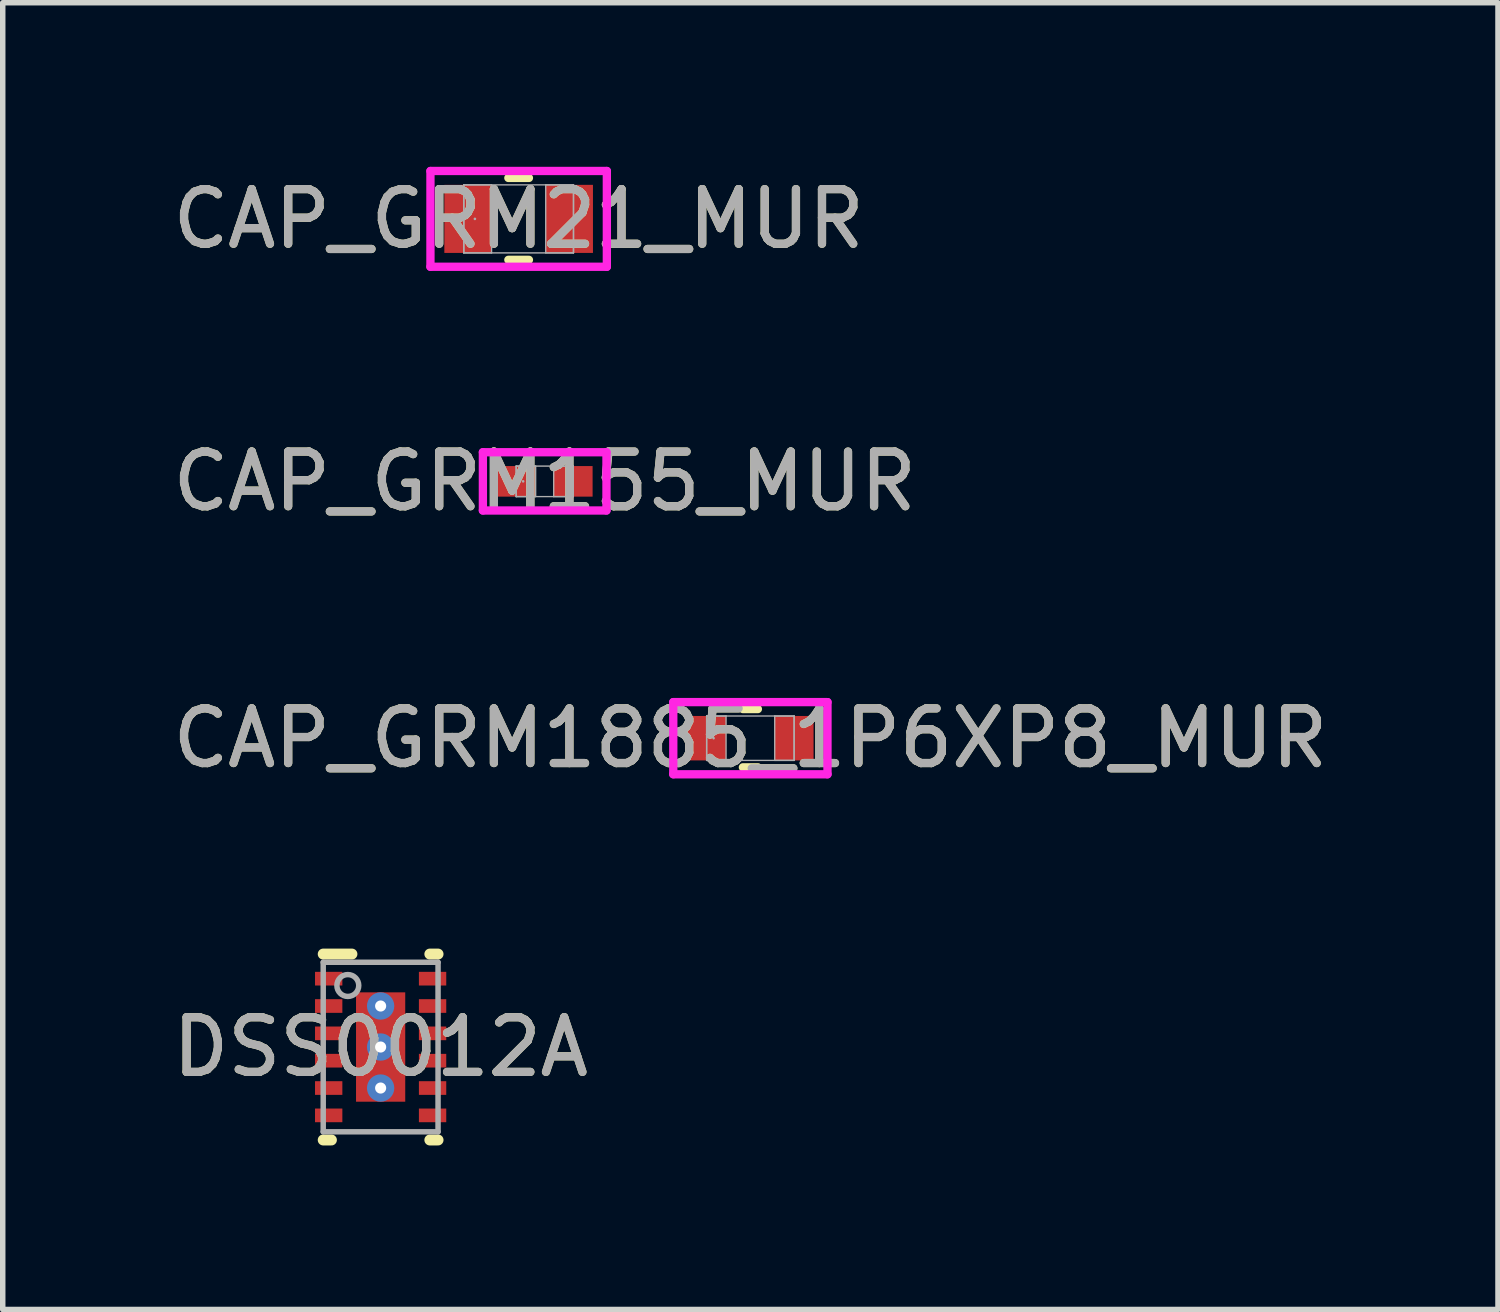
<source format=kicad_pcb>
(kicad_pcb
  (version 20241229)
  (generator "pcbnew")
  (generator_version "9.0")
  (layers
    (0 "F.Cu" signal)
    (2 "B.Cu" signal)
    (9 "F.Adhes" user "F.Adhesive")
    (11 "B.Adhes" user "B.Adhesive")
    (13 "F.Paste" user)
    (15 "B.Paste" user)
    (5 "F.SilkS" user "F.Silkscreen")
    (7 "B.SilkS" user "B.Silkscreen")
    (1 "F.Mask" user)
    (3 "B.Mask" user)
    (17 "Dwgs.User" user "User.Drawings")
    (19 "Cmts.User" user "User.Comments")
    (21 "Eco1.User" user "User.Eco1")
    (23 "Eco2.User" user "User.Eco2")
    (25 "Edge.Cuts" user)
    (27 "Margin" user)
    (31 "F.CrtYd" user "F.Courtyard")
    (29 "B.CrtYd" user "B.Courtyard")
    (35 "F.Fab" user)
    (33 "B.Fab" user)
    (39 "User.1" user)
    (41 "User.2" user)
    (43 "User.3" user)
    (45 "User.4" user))
  (footprint "CAP_GRM21_MUR"
    (layer "F.Cu")
    (at 6.435 0.953)
    (property "Reference" "CAP_GRM21_MUR" (at 0 0 0) (unlocked yes) (layer "F.SilkS") (effects (font (size 1 1) (thickness 0.15))))
    (attr smd)
    (fp_line (start -0.188 0.749) (end 0.188 0.749) (stroke (width 0.152) (type solid)) (layer "F.SilkS"))
    (fp_line (start 0.188 -0.749) (end -0.188 -0.749) (stroke (width 0.152) (type solid)) (layer "F.SilkS"))
    (fp_line (start -1.613 -0.876) (end 1.613 -0.876) (stroke (width 0.152) (type solid)) (layer "F.CrtYd"))
    (fp_line (start -1.613 0.876) (end -1.613 -0.876) (stroke (width 0.152) (type solid)) (layer "F.CrtYd"))
    (fp_line (start 1.613 -0.876) (end 1.613 0.876) (stroke (width 0.152) (type solid)) (layer "F.CrtYd"))
    (fp_line (start 1.613 0.876) (end -1.613 0.876) (stroke (width 0.152) (type solid)) (layer "F.CrtYd"))
    (fp_line (start -1.003 -0.622) (end -1.003 0.622) (stroke (width 0.025) (type solid)) (layer "F.Fab"))
    (fp_line (start -1.003 -0.622) (end -1.003 0.622) (stroke (width 0.025) (type solid)) (layer "F.Fab"))
    (fp_line (start -1.003 0.622) (end -0.495 0.622) (stroke (width 0.025) (type solid)) (layer "F.Fab"))
    (fp_line (start -1.003 0.622) (end 1.003 0.622) (stroke (width 0.025) (type solid)) (layer "F.Fab"))
    (fp_line (start -0.495 -0.622) (end -1.003 -0.622) (stroke (width 0.025) (type solid)) (layer "F.Fab"))
    (fp_line (start -0.495 0.622) (end -0.495 -0.622) (stroke (width 0.025) (type solid)) (layer "F.Fab"))
    (fp_line (start 0.495 -0.622) (end 0.495 0.622) (stroke (width 0.025) (type solid)) (layer "F.Fab"))
    (fp_line (start 0.495 0.622) (end 1.003 0.622) (stroke (width 0.025) (type solid)) (layer "F.Fab"))
    (fp_line (start 1.003 -0.622) (end -1.003 -0.622) (stroke (width 0.025) (type solid)) (layer "F.Fab"))
    (fp_line (start 1.003 -0.622) (end 0.495 -0.622) (stroke (width 0.025) (type solid)) (layer "F.Fab"))
    (fp_line (start 1.003 0.622) (end 1.003 -0.622) (stroke (width 0.025) (type solid)) (layer "F.Fab"))
    (fp_line (start 1.003 0.622) (end 1.003 -0.622) (stroke (width 0.025) (type solid)) (layer "F.Fab"))
    (fp_circle (center -0.8 0) (end -0.8 0) (stroke (width 0.025) (type solid)) (fill no) (layer "F.Fab"))
    (fp_text user "${REFERENCE}" (at 0 0 0) (unlocked yes) (layer "F.Fab") (effects (font (size 1 1) (thickness 0.15))))
    (pad "1" smd rect (at -0.927 0) (size 0.864 1.245) (layers "F.Cu" "F.Mask" "F.Paste"))
    (pad "2" smd rect (at 0.927 0) (size 0.864 1.245) (layers "F.Cu" "F.Mask" "F.Paste"))
    (zone (net_name "") (layer "F.Cu") (hatch full 0.508) (connect_pads) (min_thickness 0.254) (filled_areas_thickness no) (keepout (tracks not_allowed) (vias not_allowed) (pads allowed) (copperpour not_allowed) (footprints allowed)) (placement (enabled no)) (fill) (polygon (pts (xy 5.99 0.381) (xy 6.879 0.381) (xy 6.879 1.524) (xy 5.99 1.524)))))
  (footprint "DSS0012A"
    (layer "F.Cu")
    (at 3.911 16.098)
    (property "Reference" "DSS0012A" (at 0 0 0) (unlocked yes) (layer "F.SilkS") (effects (font (size 1 1) (thickness 0.15))))
    (attr smd)
    (fp_line (start -1.05 1.7) (end -0.9 1.7) (stroke (width 0.2) (type solid)) (layer "F.SilkS"))
    (fp_line (start -1.05 -1.7) (end -0.525 -1.7) (stroke (width 0.2) (type solid)) (layer "F.SilkS"))
    (fp_line (start 0.9 -1.7) (end 1.05 -1.7) (stroke (width 0.2) (type solid)) (layer "F.SilkS"))
    (fp_line (start 0.9 1.7) (end 1.05 1.7) (stroke (width 0.2) (type solid)) (layer "F.SilkS"))
    (fp_poly (pts (xy -0.45 -0.149) (xy -0.45 -0.95) (xy -0.449 -0.96) (xy -0.446 -0.969) (xy -0.442 -0.978) (xy -0.436 -0.986) (xy -0.428 -0.992) (xy -0.419 -0.996) (xy -0.41 -0.999) (xy -0.401 -1) (xy 0.4 -1) (xy 0.41 -0.999) (xy 0.419 -0.996) (xy 0.428 -0.992) (xy 0.436 -0.986) (xy 0.442 -0.978) (xy 0.446 -0.969) (xy 0.449 -0.96) (xy 0.45 -0.95) (xy 0.45 -0.149) (xy 0.449 -0.14) (xy 0.446 -0.131) (xy 0.442 -0.122) (xy 0.436 -0.114) (xy 0.428 -0.108) (xy 0.419 -0.104) (xy 0.41 -0.101) (xy 0.4 -0.1) (xy -0.401 -0.1) (xy -0.41 -0.101) (xy -0.419 -0.104) (xy -0.428 -0.108) (xy -0.436 -0.114) (xy -0.442 -0.122) (xy -0.446 -0.131) (xy -0.449 -0.14)) (stroke (width 0) (type solid)) (fill yes) (layer "F.Paste"))
    (fp_poly (pts (xy -0.45 0.95) (xy -0.45 0.149) (xy -0.449 0.14) (xy -0.446 0.131) (xy -0.442 0.122) (xy -0.436 0.114) (xy -0.428 0.108) (xy -0.419 0.104) (xy -0.41 0.101) (xy -0.401 0.1) (xy 0.4 0.1) (xy 0.41 0.101) (xy 0.419 0.104) (xy 0.428 0.108) (xy 0.436 0.114) (xy 0.442 0.122) (xy 0.446 0.131) (xy 0.449 0.14) (xy 0.45 0.149) (xy 0.45 0.95) (xy 0.449 0.96) (xy 0.446 0.969) (xy 0.442 0.978) (xy 0.436 0.986) (xy 0.428 0.992) (xy 0.419 0.996) (xy 0.41 0.999) (xy 0.4 1) (xy -0.401 1) (xy -0.41 0.999) (xy -0.419 0.996) (xy -0.428 0.992) (xy -0.436 0.986) (xy -0.442 0.978) (xy -0.446 0.969) (xy -0.449 0.96)) (stroke (width 0) (type solid)) (fill yes) (layer "F.Paste"))
    (fp_line (start -1.05 -1.55) (end 1.05 -1.55) (stroke (width 0.1) (type solid)) (layer "F.Fab"))
    (fp_line (start -1.05 1.55) (end -1.05 -1.55) (stroke (width 0.1) (type solid)) (layer "F.Fab"))
    (fp_line (start -1.05 1.55) (end 1.05 1.55) (stroke (width 0.1) (type solid)) (layer "F.Fab"))
    (fp_line (start 1.05 1.55) (end 1.05 -1.55) (stroke (width 0.1) (type solid)) (layer "F.Fab"))
    (fp_circle (center -0.6 -1.125) (end -0.4 -1.125) (stroke (width 0.1) (type solid)) (fill no) (layer "F.Fab"))
    (fp_text user "${REFERENCE}" (at 0 0 0) (unlocked yes) (layer "F.Fab") (effects (font (size 1 1) (thickness 0.15))))
    (pad "1" smd rect (at -0.95 -1.25 90) (size 0.25 0.5) (layers "F.Cu" "F.Mask" "F.Paste"))
    (pad "2" smd rect (at -0.95 -0.75 90) (size 0.25 0.5) (layers "F.Cu" "F.Mask" "F.Paste"))
    (pad "3" smd rect (at -0.95 -0.25 90) (size 0.25 0.5) (layers "F.Cu" "F.Mask" "F.Paste"))
    (pad "4" smd rect (at -0.95 0.25 90) (size 0.25 0.5) (layers "F.Cu" "F.Mask" "F.Paste"))
    (pad "5" smd rect (at -0.95 0.75 90) (size 0.25 0.5) (layers "F.Cu" "F.Mask" "F.Paste"))
    (pad "6" smd rect (at -0.95 1.25 90) (size 0.25 0.5) (layers "F.Cu" "F.Mask" "F.Paste"))
    (pad "7" smd rect (at 0.95 1.25 90) (size 0.25 0.5) (layers "F.Cu" "F.Mask" "F.Paste"))
    (pad "8" smd rect (at 0.95 0.75 90) (size 0.25 0.5) (layers "F.Cu" "F.Mask" "F.Paste"))
    (pad "9" smd rect (at 0.95 0.25 90) (size 0.25 0.5) (layers "F.Cu" "F.Mask" "F.Paste"))
    (pad "10" smd rect (at 0.95 -0.25 90) (size 0.25 0.5) (layers "F.Cu" "F.Mask" "F.Paste"))
    (pad "11" smd rect (at 0.95 -0.75 90) (size 0.25 0.5) (layers "F.Cu" "F.Mask" "F.Paste"))
    (pad "12" smd rect (at 0.95 -1.25 90) (size 0.25 0.5) (layers "F.Cu" "F.Mask" "F.Paste"))
    (pad "13" smd rect (at 0 0) (size 0.9 2) (layers "F.Cu" "F.Mask" "F.Paste"))
    (pad "V" thru_hole circle (at -0.000003 -0.75) (size 0.5 0.5) (drill 0.203) (layers "*.Cu" "*.Mask"))
    (pad "V" thru_hole circle (at -0.000003 0) (size 0.5 0.5) (drill 0.203) (layers "*.Cu" "*.Mask"))
    (pad "V" thru_hole circle (at -0.000003 0.75) (size 0.5 0.5) (drill 0.203) (layers "*.Cu" "*.Mask")))
  (footprint "CAP_GRM1885_1P6XP8_MUR"
    (layer "F.Cu")
    (at 10.673 10.45)
    (property "Reference" "CAP_GRM1885_1P6XP8_MUR" (at 0 0 0) (unlocked yes) (layer "F.SilkS") (effects (font (size 1 1) (thickness 0.15))))
    (attr smd)
    (fp_line (start -0.137 0.533) (end 0.137 0.533) (stroke (width 0.152) (type solid)) (layer "F.SilkS"))
    (fp_line (start 0.137 -0.533) (end -0.137 -0.533) (stroke (width 0.152) (type solid)) (layer "F.SilkS"))
    (fp_line (start -1.41 -0.66) (end 1.41 -0.66) (stroke (width 0.152) (type solid)) (layer "F.CrtYd"))
    (fp_line (start -1.41 0.66) (end -1.41 -0.66) (stroke (width 0.152) (type solid)) (layer "F.CrtYd"))
    (fp_line (start 1.41 -0.66) (end 1.41 0.66) (stroke (width 0.152) (type solid)) (layer "F.CrtYd"))
    (fp_line (start 1.41 0.66) (end -1.41 0.66) (stroke (width 0.152) (type solid)) (layer "F.CrtYd"))
    (fp_line (start -0.8 -0.406) (end -0.8 0.406) (stroke (width 0.025) (type solid)) (layer "F.Fab"))
    (fp_line (start -0.8 -0.406) (end -0.8 0.406) (stroke (width 0.025) (type solid)) (layer "F.Fab"))
    (fp_line (start -0.8 0.406) (end -0.445 0.406) (stroke (width 0.025) (type solid)) (layer "F.Fab"))
    (fp_line (start -0.8 0.406) (end 0.8 0.406) (stroke (width 0.025) (type solid)) (layer "F.Fab"))
    (fp_line (start -0.445 -0.406) (end -0.8 -0.406) (stroke (width 0.025) (type solid)) (layer "F.Fab"))
    (fp_line (start -0.445 0.406) (end -0.445 -0.406) (stroke (width 0.025) (type solid)) (layer "F.Fab"))
    (fp_line (start 0.445 -0.406) (end 0.445 0.406) (stroke (width 0.025) (type solid)) (layer "F.Fab"))
    (fp_line (start 0.445 0.406) (end 0.8 0.406) (stroke (width 0.025) (type solid)) (layer "F.Fab"))
    (fp_line (start 0.8 -0.406) (end -0.8 -0.406) (stroke (width 0.025) (type solid)) (layer "F.Fab"))
    (fp_line (start 0.8 -0.406) (end 0.445 -0.406) (stroke (width 0.025) (type solid)) (layer "F.Fab"))
    (fp_line (start 0.8 0.406) (end 0.8 -0.406) (stroke (width 0.025) (type solid)) (layer "F.Fab"))
    (fp_line (start 0.8 0.406) (end 0.8 -0.406) (stroke (width 0.025) (type solid)) (layer "F.Fab"))
    (fp_circle (center -0.673 0) (end -0.673 0) (stroke (width 0.025) (type solid)) (fill no) (layer "F.Fab"))
    (fp_text user "${REFERENCE}" (at 0 0 0) (unlocked yes) (layer "F.Fab") (effects (font (size 1 1) (thickness 0.15))))
    (pad "1" smd rect (at -0.8 0) (size 0.711 0.813) (layers "F.Cu" "F.Mask" "F.Paste"))
    (pad "2" smd rect (at 0.8 0) (size 0.711 0.813) (layers "F.Cu" "F.Mask" "F.Paste"))
    (zone (net_name "") (layer "F.Cu") (hatch full 0.508) (connect_pads) (min_thickness 0.254) (filled_areas_thickness no) (keepout (tracks not_allowed) (vias not_allowed) (pads allowed) (copperpour not_allowed) (footprints allowed)) (placement (enabled no)) (fill) (polygon (pts (xy 10.279 10.094) (xy 11.066 10.094) (xy 11.066 10.805) (xy 10.279 10.805)))))
  (footprint "CAP_GRM155_MUR"
    (layer "F.Cu")
    (at 6.911 5.753)
    (property "Reference" "CAP_GRM155_MUR" (at 0 0 0) (unlocked yes) (layer "F.SilkS") (effects (font (size 1 1) (thickness 0.15))))
    (attr smd)
    (fp_line (start -1.13 -0.533) (end 1.13 -0.533) (stroke (width 0.152) (type solid)) (layer "F.CrtYd"))
    (fp_line (start -1.13 0.533) (end -1.13 -0.533) (stroke (width 0.152) (type solid)) (layer "F.CrtYd"))
    (fp_line (start 1.13 -0.533) (end 1.13 0.533) (stroke (width 0.152) (type solid)) (layer "F.CrtYd"))
    (fp_line (start 1.13 0.533) (end -1.13 0.533) (stroke (width 0.152) (type solid)) (layer "F.CrtYd"))
    (fp_line (start -0.521 -0.279) (end -0.521 0.279) (stroke (width 0.025) (type solid)) (layer "F.Fab"))
    (fp_line (start -0.521 -0.279) (end -0.521 0.279) (stroke (width 0.025) (type solid)) (layer "F.Fab"))
    (fp_line (start -0.521 0.279) (end -0.165 0.279) (stroke (width 0.025) (type solid)) (layer "F.Fab"))
    (fp_line (start -0.521 0.279) (end 0.521 0.279) (stroke (width 0.025) (type solid)) (layer "F.Fab"))
    (fp_line (start -0.165 -0.279) (end -0.521 -0.279) (stroke (width 0.025) (type solid)) (layer "F.Fab"))
    (fp_line (start -0.165 0.279) (end -0.165 -0.279) (stroke (width 0.025) (type solid)) (layer "F.Fab"))
    (fp_line (start 0.165 -0.279) (end 0.165 0.279) (stroke (width 0.025) (type solid)) (layer "F.Fab"))
    (fp_line (start 0.165 0.279) (end 0.521 0.279) (stroke (width 0.025) (type solid)) (layer "F.Fab"))
    (fp_line (start 0.521 -0.279) (end -0.521 -0.279) (stroke (width 0.025) (type solid)) (layer "F.Fab"))
    (fp_line (start 0.521 -0.279) (end 0.165 -0.279) (stroke (width 0.025) (type solid)) (layer "F.Fab"))
    (fp_line (start 0.521 0.279) (end 0.521 -0.279) (stroke (width 0.025) (type solid)) (layer "F.Fab"))
    (fp_line (start 0.521 0.279) (end 0.521 -0.279) (stroke (width 0.025) (type solid)) (layer "F.Fab"))
    (fp_circle (center -0.394 0) (end -0.394 0) (stroke (width 0.025) (type solid)) (fill no) (layer "F.Fab"))
    (fp_text user "${REFERENCE}" (at 0 0 0) (unlocked yes) (layer "F.Fab") (effects (font (size 1 1) (thickness 0.15))))
    (pad "1" smd rect (at -0.521 0) (size 0.711 0.559) (layers "F.Cu" "F.Mask" "F.Paste"))
    (pad "2" smd rect (at 0.521 0) (size 0.711 0.559) (layers "F.Cu" "F.Mask" "F.Paste"))
    (zone (net_name "") (layer "F.Cu") (hatch full 0.508) (connect_pads) (min_thickness 0.254) (filled_areas_thickness no) (keepout (tracks not_allowed) (vias not_allowed) (pads allowed) (copperpour not_allowed) (footprints allowed)) (placement (enabled no)) (fill) (polygon (pts (xy 6.796 5.525) (xy 7.025 5.525) (xy 7.025 5.982) (xy 6.796 5.982)))))
  (gr_rect
    (start -3 -3)
    (end 24.345 20.898)
    (stroke (width 0.1) (type default))
    (fill no)
    (layer "Edge.Cuts")))
</source>
